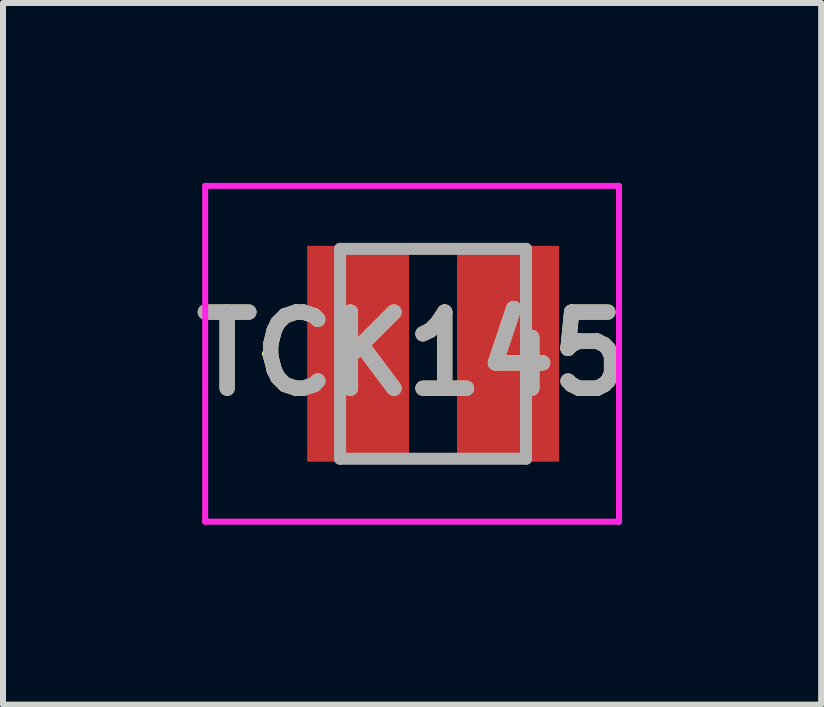
<source format=kicad_pcb>
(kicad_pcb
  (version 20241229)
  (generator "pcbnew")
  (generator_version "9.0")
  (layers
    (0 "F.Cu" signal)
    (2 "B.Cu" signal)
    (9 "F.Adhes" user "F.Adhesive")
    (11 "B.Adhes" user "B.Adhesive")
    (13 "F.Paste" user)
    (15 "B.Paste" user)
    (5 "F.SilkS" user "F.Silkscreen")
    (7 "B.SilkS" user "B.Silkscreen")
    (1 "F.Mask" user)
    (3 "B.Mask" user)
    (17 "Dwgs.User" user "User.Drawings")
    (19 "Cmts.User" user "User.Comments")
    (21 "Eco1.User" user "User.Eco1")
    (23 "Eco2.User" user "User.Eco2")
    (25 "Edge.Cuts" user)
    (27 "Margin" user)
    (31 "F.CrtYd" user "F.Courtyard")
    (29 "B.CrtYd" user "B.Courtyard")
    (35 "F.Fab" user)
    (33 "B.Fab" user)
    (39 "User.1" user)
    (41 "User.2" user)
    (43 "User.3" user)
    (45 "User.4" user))
  (footprint "TCK145"
    (layer "F.Cu")
    (at 4.172 2.85)
    (property "Reference" "TCK145" (at -0.35 0 0) (layer "F.SilkS") (effects (font (size 1.27 1.27) (thickness 0.254))))
    (attr smd)
    (fp_line (start -2.8 0) (end -2.8 0) (stroke (width 0.1) (type solid)) (layer "F.SilkS"))
    (fp_line (start -2.7 0) (end -2.7 0) (stroke (width 0.1) (type solid)) (layer "F.SilkS"))
    (fp_arc (start -2.8 0) (mid -2.75 -0.05) (end -2.7 0) (stroke (width 0.1) (type solid)) (layer "F.SilkS"))
    (fp_arc (start -2.7 0) (mid -2.75 0.05) (end -2.8 0) (stroke (width 0.1) (type solid)) (layer "F.SilkS"))
    (fp_line (start -3.8 -2.8) (end 3.1 -2.8) (stroke (width 0.1) (type solid)) (layer "F.CrtYd"))
    (fp_line (start -3.8 2.8) (end -3.8 -2.8) (stroke (width 0.1) (type solid)) (layer "F.CrtYd"))
    (fp_line (start 3.1 -2.8) (end 3.1 2.8) (stroke (width 0.1) (type solid)) (layer "F.CrtYd"))
    (fp_line (start 3.1 2.8) (end -3.8 2.8) (stroke (width 0.1) (type solid)) (layer "F.CrtYd"))
    (fp_line (start -1.55 -1.75) (end 1.55 -1.75) (stroke (width 0.2) (type solid)) (layer "F.Fab"))
    (fp_line (start -1.55 1.75) (end -1.55 -1.75) (stroke (width 0.2) (type solid)) (layer "F.Fab"))
    (fp_line (start 1.55 -1.75) (end 1.55 1.75) (stroke (width 0.2) (type solid)) (layer "F.Fab"))
    (fp_line (start 1.55 1.75) (end -1.55 1.75) (stroke (width 0.2) (type solid)) (layer "F.Fab"))
    (fp_text user "${REFERENCE}" (at -0.35 0 0) (layer "F.Fab") (effects (font (size 1.27 1.27) (thickness 0.254))))
    (pad "1" smd rect (at -1.25 0) (size 1.7 3.6) (layers "F.Cu" "F.Mask" "F.Paste"))
    (pad "2" smd rect (at 1.25 0) (size 1.7 3.6) (layers "F.Cu" "F.Mask" "F.Paste")))
  (gr_rect
    (start -3 -3)
    (end 10.644 8.7)
    (stroke (width 0.1) (type default))
    (fill no)
    (layer "Edge.Cuts")))
</source>
